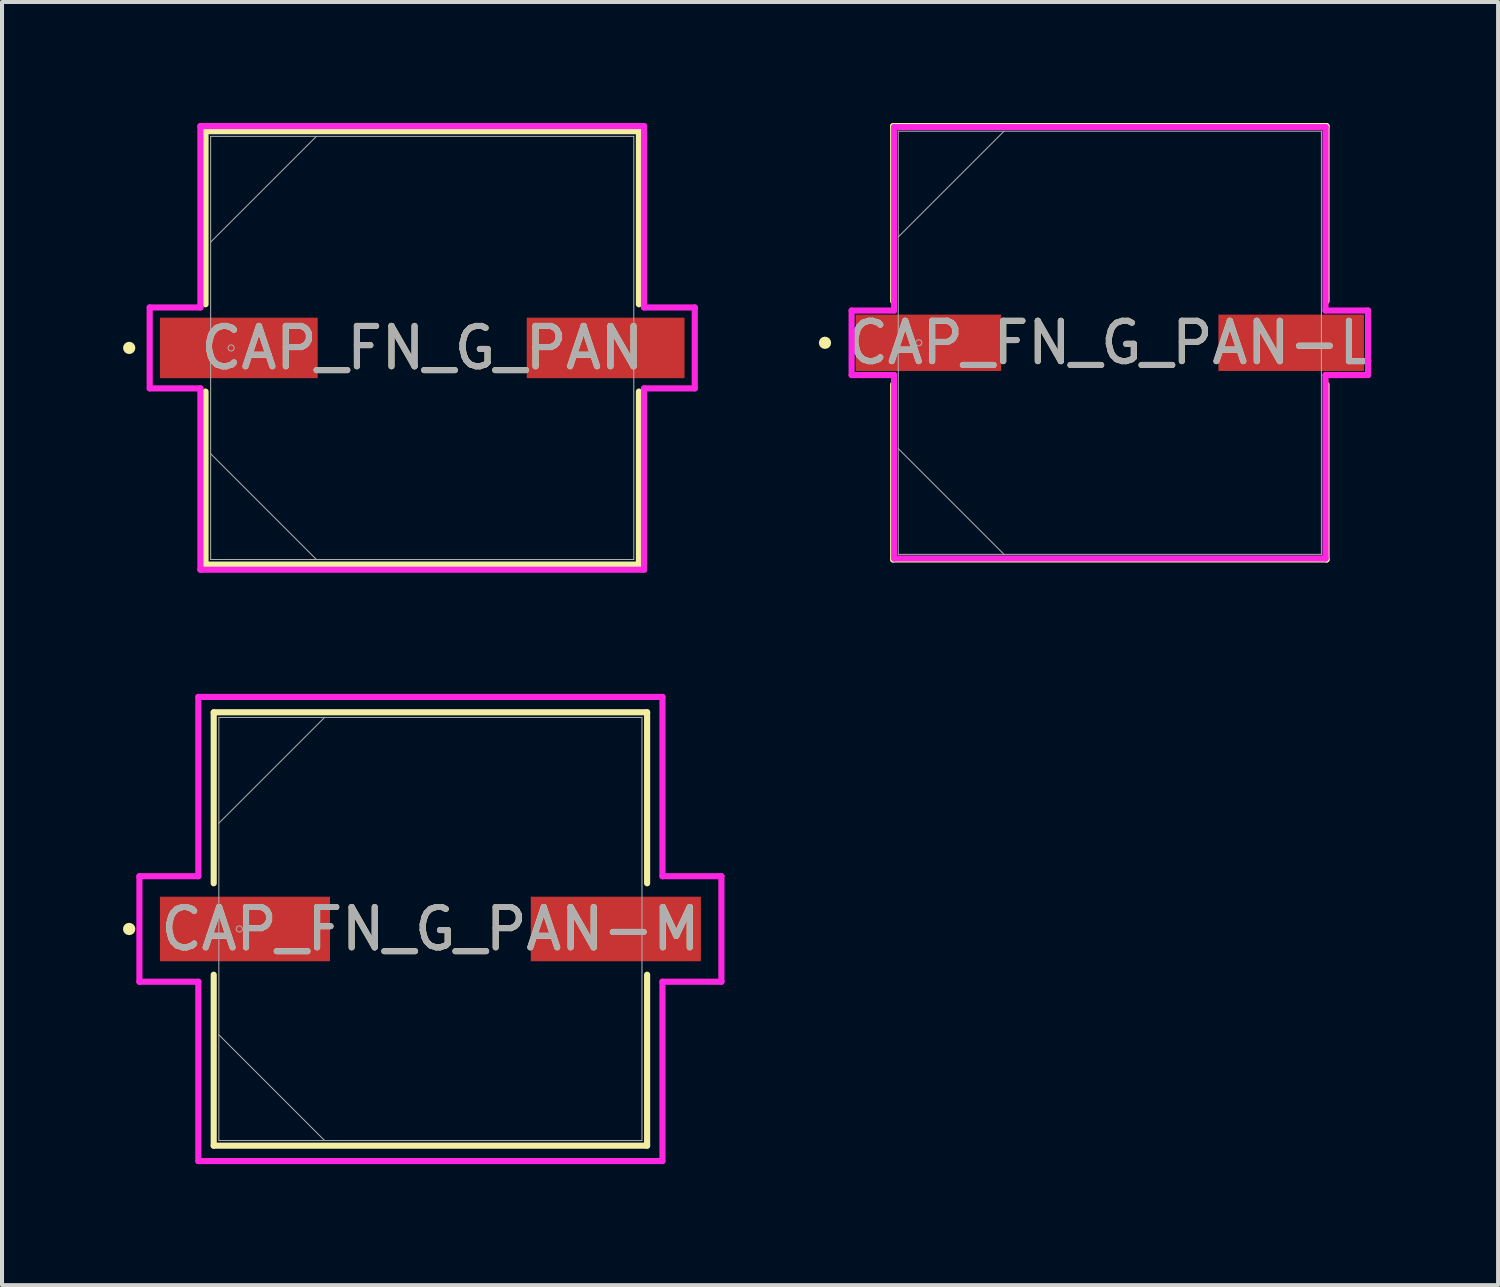
<source format=kicad_pcb>
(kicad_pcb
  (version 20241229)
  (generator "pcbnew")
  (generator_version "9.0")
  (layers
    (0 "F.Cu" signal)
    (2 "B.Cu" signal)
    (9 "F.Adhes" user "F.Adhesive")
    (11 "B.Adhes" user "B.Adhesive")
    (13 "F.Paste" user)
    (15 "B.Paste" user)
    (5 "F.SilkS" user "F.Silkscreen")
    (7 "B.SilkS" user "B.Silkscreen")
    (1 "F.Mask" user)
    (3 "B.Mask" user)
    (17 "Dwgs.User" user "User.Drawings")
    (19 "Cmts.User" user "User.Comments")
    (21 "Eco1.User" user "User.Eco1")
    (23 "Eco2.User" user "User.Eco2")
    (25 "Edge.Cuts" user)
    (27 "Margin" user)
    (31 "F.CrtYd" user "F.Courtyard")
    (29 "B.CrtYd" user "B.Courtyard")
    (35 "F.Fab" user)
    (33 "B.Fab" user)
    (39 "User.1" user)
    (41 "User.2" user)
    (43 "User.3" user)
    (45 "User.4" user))
  (footprint "CAP_FN_G_PAN-M"
    (layer "F.Cu")
    (at 7.62 19.98)
    (property "Reference" "CAP_FN_G_PAN-M" (at 0 0 0) (unlocked yes) (layer "F.SilkS") (effects (font (size 1 1) (thickness 0.15))))
    (attr smd)
    (fp_line (start -5.372 -5.372) (end -5.372 -1.133) (stroke (width 0.152) (type solid)) (layer "F.SilkS"))
    (fp_line (start -5.372 1.133) (end -5.372 5.372) (stroke (width 0.152) (type solid)) (layer "F.SilkS"))
    (fp_line (start -5.372 5.372) (end 5.372 5.372) (stroke (width 0.152) (type solid)) (layer "F.SilkS"))
    (fp_line (start 5.372 -5.372) (end -5.372 -5.372) (stroke (width 0.152) (type solid)) (layer "F.SilkS"))
    (fp_line (start 5.372 -1.133) (end 5.372 -5.372) (stroke (width 0.152) (type solid)) (layer "F.SilkS"))
    (fp_line (start 5.372 5.372) (end 5.372 1.133) (stroke (width 0.152) (type solid)) (layer "F.SilkS"))
    (fp_circle (center -7.468 0) (end -7.391 0) (stroke (width 0.152) (type solid)) (fill no) (layer "F.SilkS"))
    (fp_line (start -7.214 -1.308) (end -5.753 -1.308) (stroke (width 0.152) (type solid)) (layer "F.CrtYd"))
    (fp_line (start -7.214 1.308) (end -7.214 -1.308) (stroke (width 0.152) (type solid)) (layer "F.CrtYd"))
    (fp_line (start -5.753 -5.753) (end 5.753 -5.753) (stroke (width 0.152) (type solid)) (layer "F.CrtYd"))
    (fp_line (start -5.753 -1.308) (end -5.753 -5.753) (stroke (width 0.152) (type solid)) (layer "F.CrtYd"))
    (fp_line (start -5.753 1.308) (end -7.214 1.308) (stroke (width 0.152) (type solid)) (layer "F.CrtYd"))
    (fp_line (start -5.753 5.753) (end -5.753 1.308) (stroke (width 0.152) (type solid)) (layer "F.CrtYd"))
    (fp_line (start 5.753 -5.753) (end 5.753 -1.308) (stroke (width 0.152) (type solid)) (layer "F.CrtYd"))
    (fp_line (start 5.753 -1.308) (end 7.214 -1.308) (stroke (width 0.152) (type solid)) (layer "F.CrtYd"))
    (fp_line (start 5.753 1.308) (end 5.753 5.753) (stroke (width 0.152) (type solid)) (layer "F.CrtYd"))
    (fp_line (start 5.753 5.753) (end -5.753 5.753) (stroke (width 0.152) (type solid)) (layer "F.CrtYd"))
    (fp_line (start 7.214 -1.308) (end 7.214 1.308) (stroke (width 0.152) (type solid)) (layer "F.CrtYd"))
    (fp_line (start 7.214 1.308) (end 5.753 1.308) (stroke (width 0.152) (type solid)) (layer "F.CrtYd"))
    (fp_line (start -5.245 -5.245) (end -5.245 5.245) (stroke (width 0.025) (type solid)) (layer "F.Fab"))
    (fp_line (start -5.245 -2.623) (end -2.623 -5.245) (stroke (width 0.025) (type solid)) (layer "F.Fab"))
    (fp_line (start -5.245 2.623) (end -2.623 5.245) (stroke (width 0.025) (type solid)) (layer "F.Fab"))
    (fp_line (start -5.245 5.245) (end 5.245 5.245) (stroke (width 0.025) (type solid)) (layer "F.Fab"))
    (fp_line (start 5.245 -5.245) (end -5.245 -5.245) (stroke (width 0.025) (type solid)) (layer "F.Fab"))
    (fp_line (start 5.245 5.245) (end 5.245 -5.245) (stroke (width 0.025) (type solid)) (layer "F.Fab"))
    (fp_circle (center -4.737 0) (end -4.661 0) (stroke (width 0.025) (type solid)) (fill no) (layer "F.Fab"))
    (fp_text user "${REFERENCE}" (at 0 0 0) (unlocked yes) (layer "F.Fab") (effects (font (size 1 1) (thickness 0.15))))
    (pad "1" smd rect (at -4.597 0) (size 4.216 1.6) (layers "F.Cu" "F.Mask" "F.Paste"))
    (pad "2" smd rect (at 4.597 0) (size 4.216 1.6) (layers "F.Cu" "F.Mask" "F.Paste"))
    (zone (net_name "") (layer "F.Cu") (hatch full 0.508) (connect_pads) (min_thickness 0.254) (filled_areas_thickness no) (keepout (tracks not_allowed) (vias not_allowed) (pads allowed) (copperpour not_allowed) (footprints allowed)) (placement (enabled no)) (fill) (polygon (pts (xy 2.426 14.786) (xy 12.814 14.786) (xy 12.814 19.129) (xy 2.426 19.129))))
    (zone (net_name "") (layer "F.Cu") (hatch full 0.508) (connect_pads) (min_thickness 0.254) (filled_areas_thickness no) (keepout (tracks not_allowed) (vias not_allowed) (pads allowed) (copperpour not_allowed) (footprints allowed)) (placement (enabled no)) (fill) (polygon (pts (xy 2.426 20.831) (xy 12.814 20.831) (xy 12.814 25.174) (xy 2.426 25.174))))
    (zone (net_name "") (layer "F.Cu") (hatch full 0.508) (connect_pads) (min_thickness 0.254) (filled_areas_thickness no) (keepout (tracks not_allowed) (vias not_allowed) (pads allowed) (copperpour not_allowed) (footprints allowed)) (placement (enabled no)) (fill) (polygon (pts (xy 5.182 19.129) (xy 10.058 19.129) (xy 10.058 20.831) (xy 5.182 20.831)))))
  (footprint "CAP_FN_G_PAN-L"
    (layer "F.Cu")
    (at 24.463 5.448)
    (property "Reference" "CAP_FN_G_PAN-L" (at 0 0 0) (unlocked yes) (layer "F.SilkS") (effects (font (size 1 1) (thickness 0.15))))
    (attr smd)
    (fp_line (start -5.372 -5.372) (end -5.372 -1.031) (stroke (width 0.152) (type solid)) (layer "F.SilkS"))
    (fp_line (start -5.372 1.031) (end -5.372 5.372) (stroke (width 0.152) (type solid)) (layer "F.SilkS"))
    (fp_line (start -5.372 5.372) (end 5.372 5.372) (stroke (width 0.152) (type solid)) (layer "F.SilkS"))
    (fp_line (start 5.372 -5.372) (end -5.372 -5.372) (stroke (width 0.152) (type solid)) (layer "F.SilkS"))
    (fp_line (start 5.372 -1.031) (end 5.372 -5.372) (stroke (width 0.152) (type solid)) (layer "F.SilkS"))
    (fp_line (start 5.372 5.372) (end 5.372 1.031) (stroke (width 0.152) (type solid)) (layer "F.SilkS"))
    (fp_circle (center -7.061 0) (end -6.985 0) (stroke (width 0.152) (type solid)) (fill no) (layer "F.SilkS"))
    (fp_line (start -6.401 -0.8) (end -5.347 -0.8) (stroke (width 0.152) (type solid)) (layer "F.CrtYd"))
    (fp_line (start -6.401 0.8) (end -6.401 -0.8) (stroke (width 0.152) (type solid)) (layer "F.CrtYd"))
    (fp_line (start -5.347 -5.347) (end 5.347 -5.347) (stroke (width 0.152) (type solid)) (layer "F.CrtYd"))
    (fp_line (start -5.347 -0.8) (end -5.347 -5.347) (stroke (width 0.152) (type solid)) (layer "F.CrtYd"))
    (fp_line (start -5.347 0.8) (end -6.401 0.8) (stroke (width 0.152) (type solid)) (layer "F.CrtYd"))
    (fp_line (start -5.347 5.347) (end -5.347 0.8) (stroke (width 0.152) (type solid)) (layer "F.CrtYd"))
    (fp_line (start 5.347 -5.347) (end 5.347 -0.8) (stroke (width 0.152) (type solid)) (layer "F.CrtYd"))
    (fp_line (start 5.347 -0.8) (end 6.401 -0.8) (stroke (width 0.152) (type solid)) (layer "F.CrtYd"))
    (fp_line (start 5.347 0.8) (end 5.347 5.347) (stroke (width 0.152) (type solid)) (layer "F.CrtYd"))
    (fp_line (start 5.347 5.347) (end -5.347 5.347) (stroke (width 0.152) (type solid)) (layer "F.CrtYd"))
    (fp_line (start 6.401 -0.8) (end 6.401 0.8) (stroke (width 0.152) (type solid)) (layer "F.CrtYd"))
    (fp_line (start 6.401 0.8) (end 5.347 0.8) (stroke (width 0.152) (type solid)) (layer "F.CrtYd"))
    (fp_line (start -5.245 -5.245) (end -5.245 5.245) (stroke (width 0.025) (type solid)) (layer "F.Fab"))
    (fp_line (start -5.245 -2.623) (end -2.623 -5.245) (stroke (width 0.025) (type solid)) (layer "F.Fab"))
    (fp_line (start -5.245 2.623) (end -2.623 5.245) (stroke (width 0.025) (type solid)) (layer "F.Fab"))
    (fp_line (start -5.245 5.245) (end 5.245 5.245) (stroke (width 0.025) (type solid)) (layer "F.Fab"))
    (fp_line (start 5.245 -5.245) (end -5.245 -5.245) (stroke (width 0.025) (type solid)) (layer "F.Fab"))
    (fp_line (start 5.245 5.245) (end 5.245 -5.245) (stroke (width 0.025) (type solid)) (layer "F.Fab"))
    (fp_circle (center -4.737 0) (end -4.661 0) (stroke (width 0.025) (type solid)) (fill no) (layer "F.Fab"))
    (fp_text user "${REFERENCE}" (at 0 0 0) (unlocked yes) (layer "F.Fab") (effects (font (size 1 1) (thickness 0.15))))
    (pad "1" smd rect (at -4.496 0) (size 3.607 1.397) (layers "F.Cu" "F.Mask" "F.Paste"))
    (pad "2" smd rect (at 4.496 0) (size 3.607 1.397) (layers "F.Cu" "F.Mask" "F.Paste"))
    (zone (net_name "") (layer "F.Cu") (hatch full 0.508) (connect_pads) (min_thickness 0.254) (filled_areas_thickness no) (keepout (tracks not_allowed) (vias not_allowed) (pads allowed) (copperpour not_allowed) (footprints allowed)) (placement (enabled no)) (fill) (polygon (pts (xy 19.269 0.254) (xy 29.657 0.254) (xy 29.657 4.699) (xy 19.269 4.699))))
    (zone (net_name "") (layer "F.Cu") (hatch full 0.508) (connect_pads) (min_thickness 0.254) (filled_areas_thickness no) (keepout (tracks not_allowed) (vias not_allowed) (pads allowed) (copperpour not_allowed) (footprints allowed)) (placement (enabled no)) (fill) (polygon (pts (xy 19.269 6.198) (xy 29.657 6.198) (xy 29.657 10.643) (xy 19.269 10.643))))
    (zone (net_name "") (layer "F.Cu") (hatch full 0.508) (connect_pads) (min_thickness 0.254) (filled_areas_thickness no) (keepout (tracks not_allowed) (vias not_allowed) (pads allowed) (copperpour not_allowed) (footprints allowed)) (placement (enabled no)) (fill) (polygon (pts (xy 21.821 4.699) (xy 27.105 4.699) (xy 27.105 6.198) (xy 21.821 6.198)))))
  (footprint "CAP_FN_G_PAN"
    (layer "F.Cu")
    (at 7.417 5.575)
    (property "Reference" "CAP_FN_G_PAN" (at 0 0 0) (unlocked yes) (layer "F.SilkS") (effects (font (size 1 1) (thickness 0.15))))
    (attr smd)
    (fp_line (start -5.372 -5.372) (end -5.372 -1.082) (stroke (width 0.152) (type solid)) (layer "F.SilkS"))
    (fp_line (start -5.372 1.082) (end -5.372 5.372) (stroke (width 0.152) (type solid)) (layer "F.SilkS"))
    (fp_line (start -5.372 5.372) (end 5.372 5.372) (stroke (width 0.152) (type solid)) (layer "F.SilkS"))
    (fp_line (start 5.372 -5.372) (end -5.372 -5.372) (stroke (width 0.152) (type solid)) (layer "F.SilkS"))
    (fp_line (start 5.372 -1.082) (end 5.372 -5.372) (stroke (width 0.152) (type solid)) (layer "F.SilkS"))
    (fp_line (start 5.372 5.372) (end 5.372 1.082) (stroke (width 0.152) (type solid)) (layer "F.SilkS"))
    (fp_circle (center -7.264 0) (end -7.188 0) (stroke (width 0.152) (type solid)) (fill no) (layer "F.SilkS"))
    (fp_line (start -6.756 -1.003) (end -5.499 -1.003) (stroke (width 0.152) (type solid)) (layer "F.CrtYd"))
    (fp_line (start -6.756 1.003) (end -6.756 -1.003) (stroke (width 0.152) (type solid)) (layer "F.CrtYd"))
    (fp_line (start -5.499 -5.499) (end 5.499 -5.499) (stroke (width 0.152) (type solid)) (layer "F.CrtYd"))
    (fp_line (start -5.499 -1.003) (end -5.499 -5.499) (stroke (width 0.152) (type solid)) (layer "F.CrtYd"))
    (fp_line (start -5.499 1.003) (end -6.756 1.003) (stroke (width 0.152) (type solid)) (layer "F.CrtYd"))
    (fp_line (start -5.499 5.499) (end -5.499 1.003) (stroke (width 0.152) (type solid)) (layer "F.CrtYd"))
    (fp_line (start 5.499 -5.499) (end 5.499 -1.003) (stroke (width 0.152) (type solid)) (layer "F.CrtYd"))
    (fp_line (start 5.499 -1.003) (end 6.756 -1.003) (stroke (width 0.152) (type solid)) (layer "F.CrtYd"))
    (fp_line (start 5.499 1.003) (end 5.499 5.499) (stroke (width 0.152) (type solid)) (layer "F.CrtYd"))
    (fp_line (start 5.499 5.499) (end -5.499 5.499) (stroke (width 0.152) (type solid)) (layer "F.CrtYd"))
    (fp_line (start 6.756 -1.003) (end 6.756 1.003) (stroke (width 0.152) (type solid)) (layer "F.CrtYd"))
    (fp_line (start 6.756 1.003) (end 5.499 1.003) (stroke (width 0.152) (type solid)) (layer "F.CrtYd"))
    (fp_line (start -5.245 -5.245) (end -5.245 5.245) (stroke (width 0.025) (type solid)) (layer "F.Fab"))
    (fp_line (start -5.245 -2.623) (end -2.623 -5.245) (stroke (width 0.025) (type solid)) (layer "F.Fab"))
    (fp_line (start -5.245 2.623) (end -2.623 5.245) (stroke (width 0.025) (type solid)) (layer "F.Fab"))
    (fp_line (start -5.245 5.245) (end 5.245 5.245) (stroke (width 0.025) (type solid)) (layer "F.Fab"))
    (fp_line (start 5.245 -5.245) (end -5.245 -5.245) (stroke (width 0.025) (type solid)) (layer "F.Fab"))
    (fp_line (start 5.245 5.245) (end 5.245 -5.245) (stroke (width 0.025) (type solid)) (layer "F.Fab"))
    (fp_circle (center -4.737 0) (end -4.661 0) (stroke (width 0.025) (type solid)) (fill no) (layer "F.Fab"))
    (fp_text user "${REFERENCE}" (at 0 0 0) (unlocked yes) (layer "F.Fab") (effects (font (size 1 1) (thickness 0.15))))
    (pad "1" smd rect (at -4.547 0) (size 3.912 1.499) (layers "F.Cu" "F.Mask" "F.Paste"))
    (pad "2" smd rect (at 4.547 0) (size 3.912 1.499) (layers "F.Cu" "F.Mask" "F.Paste"))
    (zone (net_name "") (layer "F.Cu") (hatch full 0.508) (connect_pads) (min_thickness 0.254) (filled_areas_thickness no) (keepout (tracks not_allowed) (vias not_allowed) (pads allowed) (copperpour not_allowed) (footprints allowed)) (placement (enabled no)) (fill) (polygon (pts (xy 2.223 0.381) (xy 12.611 0.381) (xy 12.611 4.775) (xy 2.223 4.775))))
    (zone (net_name "") (layer "F.Cu") (hatch full 0.508) (connect_pads) (min_thickness 0.254) (filled_areas_thickness no) (keepout (tracks not_allowed) (vias not_allowed) (pads allowed) (copperpour not_allowed) (footprints allowed)) (placement (enabled no)) (fill) (polygon (pts (xy 2.223 6.375) (xy 12.611 6.375) (xy 12.611 10.77) (xy 2.223 10.77))))
    (zone (net_name "") (layer "F.Cu") (hatch full 0.508) (connect_pads) (min_thickness 0.254) (filled_areas_thickness no) (keepout (tracks not_allowed) (vias not_allowed) (pads allowed) (copperpour not_allowed) (footprints allowed)) (placement (enabled no)) (fill) (polygon (pts (xy 4.877 4.775) (xy 9.957 4.775) (xy 9.957 6.375) (xy 4.877 6.375)))))
  (gr_rect
    (start -3 -3)
    (end 34.088 28.809)
    (stroke (width 0.1) (type default))
    (fill no)
    (layer "Edge.Cuts")))
</source>
